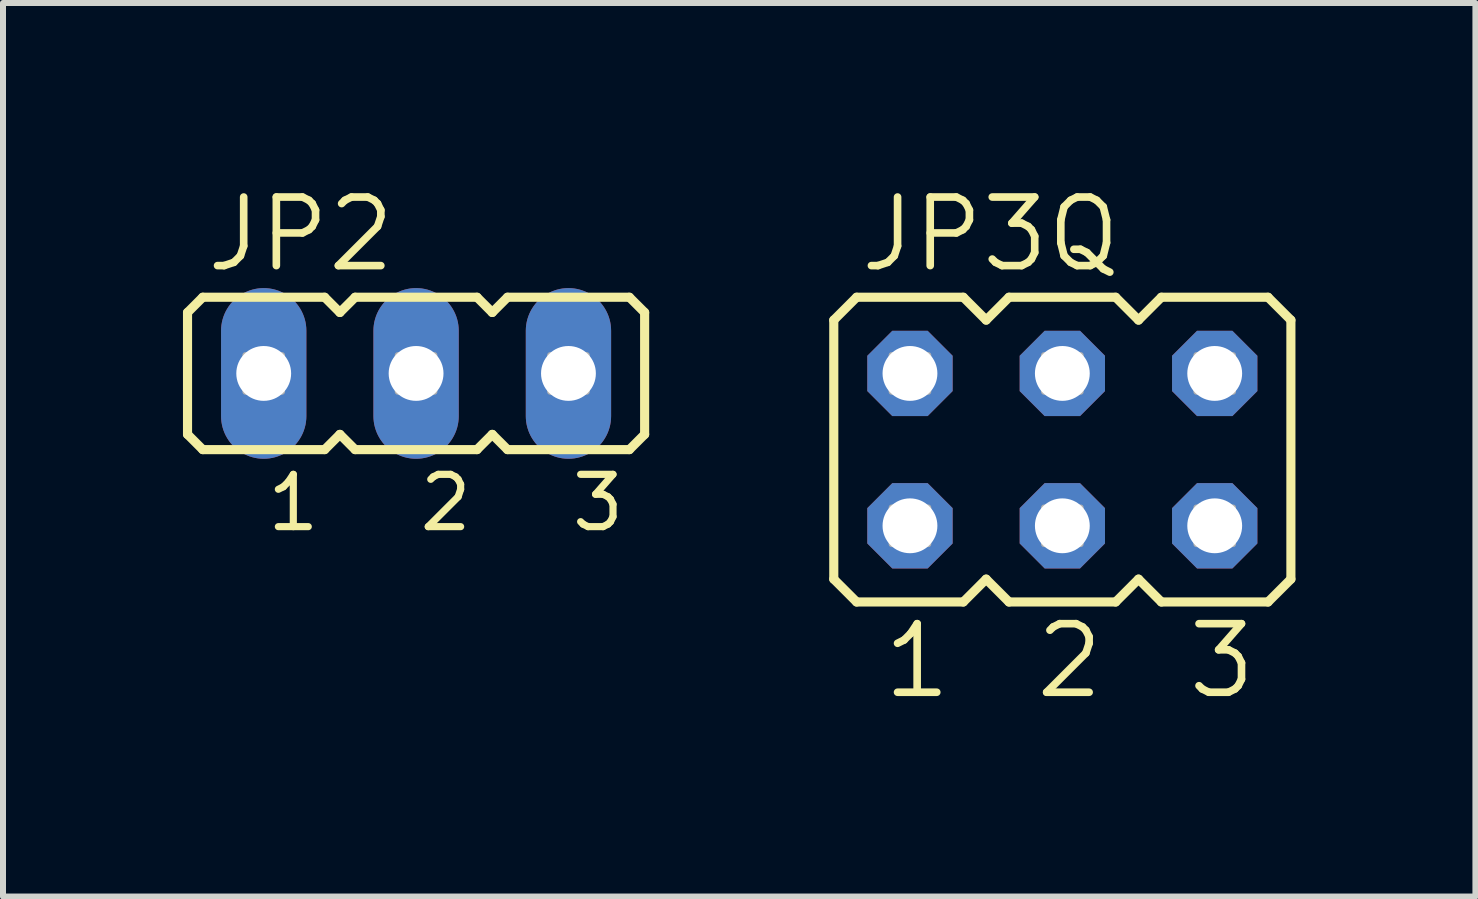
<source format=kicad_pcb>
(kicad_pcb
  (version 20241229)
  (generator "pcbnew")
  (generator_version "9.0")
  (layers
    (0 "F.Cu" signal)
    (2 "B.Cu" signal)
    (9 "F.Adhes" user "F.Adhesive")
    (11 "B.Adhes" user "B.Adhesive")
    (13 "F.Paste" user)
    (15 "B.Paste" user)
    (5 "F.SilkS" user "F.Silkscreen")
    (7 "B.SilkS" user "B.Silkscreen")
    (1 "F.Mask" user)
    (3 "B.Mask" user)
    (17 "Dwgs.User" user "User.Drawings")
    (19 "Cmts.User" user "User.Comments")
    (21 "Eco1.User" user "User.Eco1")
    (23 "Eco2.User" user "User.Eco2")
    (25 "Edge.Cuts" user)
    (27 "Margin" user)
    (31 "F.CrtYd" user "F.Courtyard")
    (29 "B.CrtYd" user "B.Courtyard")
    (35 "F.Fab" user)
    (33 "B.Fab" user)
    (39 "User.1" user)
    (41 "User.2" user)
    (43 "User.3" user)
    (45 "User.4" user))
  (footprint "JP3Q"
    (layer "F.Cu")
    (at 14.659 4.445)
    (property "Reference" "JP3Q" (at -3.429 -2.921 0) (layer "F.SilkS") (effects (font (size 1.143 1.143) (thickness 0.127)) (justify left bottom)))
    (fp_line (start -3.81 -2.159) (end -3.429 -2.54) (stroke (width 0.152) (type solid)) (layer "F.SilkS"))
    (fp_line (start -3.81 2.159) (end -3.81 -2.159) (stroke (width 0.152) (type solid)) (layer "F.SilkS"))
    (fp_line (start -3.81 2.159) (end -3.429 2.54) (stroke (width 0.152) (type solid)) (layer "F.SilkS"))
    (fp_line (start -3.429 -2.54) (end -1.651 -2.54) (stroke (width 0.152) (type solid)) (layer "F.SilkS"))
    (fp_line (start -3.429 2.54) (end -1.651 2.54) (stroke (width 0.152) (type solid)) (layer "F.SilkS"))
    (fp_line (start -1.651 -2.54) (end -1.27 -2.159) (stroke (width 0.152) (type solid)) (layer "F.SilkS"))
    (fp_line (start -1.27 -2.159) (end -0.889 -2.54) (stroke (width 0.152) (type solid)) (layer "F.SilkS"))
    (fp_line (start -1.27 2.159) (end -1.651 2.54) (stroke (width 0.152) (type solid)) (layer "F.SilkS"))
    (fp_line (start -1.27 2.159) (end -0.889 2.54) (stroke (width 0.152) (type solid)) (layer "F.SilkS"))
    (fp_line (start -0.889 -2.54) (end 0.889 -2.54) (stroke (width 0.152) (type solid)) (layer "F.SilkS"))
    (fp_line (start 0.889 2.54) (end -0.889 2.54) (stroke (width 0.152) (type solid)) (layer "F.SilkS"))
    (fp_line (start 1.27 -2.159) (end 0.889 -2.54) (stroke (width 0.152) (type solid)) (layer "F.SilkS"))
    (fp_line (start 1.27 -2.159) (end 1.651 -2.54) (stroke (width 0.152) (type solid)) (layer "F.SilkS"))
    (fp_line (start 1.27 2.159) (end 0.889 2.54) (stroke (width 0.152) (type solid)) (layer "F.SilkS"))
    (fp_line (start 1.27 2.159) (end 1.651 2.54) (stroke (width 0.152) (type solid)) (layer "F.SilkS"))
    (fp_line (start 1.651 -2.54) (end 3.429 -2.54) (stroke (width 0.152) (type solid)) (layer "F.SilkS"))
    (fp_line (start 3.429 2.54) (end 1.651 2.54) (stroke (width 0.152) (type solid)) (layer "F.SilkS"))
    (fp_line (start 3.429 2.54) (end 3.81 2.159) (stroke (width 0.152) (type solid)) (layer "F.SilkS"))
    (fp_line (start 3.81 -2.159) (end 3.429 -2.54) (stroke (width 0.152) (type solid)) (layer "F.SilkS"))
    (fp_line (start 3.81 -2.159) (end 3.81 2.159) (stroke (width 0.152) (type solid)) (layer "F.SilkS"))
    (fp_poly (pts (xy -2.845 -0.965) (xy -2.235 -0.965) (xy -2.235 -1.575) (xy -2.845 -1.575)) (stroke (width 0.1) (type default)) (fill no) (layer "F.Fab"))
    (fp_poly (pts (xy -2.845 1.575) (xy -2.235 1.575) (xy -2.235 0.965) (xy -2.845 0.965)) (stroke (width 0.1) (type default)) (fill no) (layer "F.Fab"))
    (fp_poly (pts (xy -0.305 -0.965) (xy 0.305 -0.965) (xy 0.305 -1.575) (xy -0.305 -1.575)) (stroke (width 0.1) (type default)) (fill no) (layer "F.Fab"))
    (fp_poly (pts (xy -0.305 1.575) (xy 0.305 1.575) (xy 0.305 0.965) (xy -0.305 0.965)) (stroke (width 0.1) (type default)) (fill no) (layer "F.Fab"))
    (fp_poly (pts (xy 2.235 -0.965) (xy 2.845 -0.965) (xy 2.845 -1.575) (xy 2.235 -1.575)) (stroke (width 0.1) (type default)) (fill no) (layer "F.Fab"))
    (fp_poly (pts (xy 2.235 1.575) (xy 2.845 1.575) (xy 2.845 0.965) (xy 2.235 0.965)) (stroke (width 0.1) (type default)) (fill no) (layer "F.Fab"))
    (fp_text user "3" (at 2.032 4.191 0) (layer "F.SilkS") (effects (font (size 1.143 1.143) (thickness 0.127)) (justify left bottom)))
    (fp_text user "1" (at -3.048 4.191 0) (layer "F.SilkS") (effects (font (size 1.143 1.143) (thickness 0.127)) (justify left bottom)))
    (fp_text user "2" (at -0.508 4.191 0) (layer "F.SilkS") (effects (font (size 1.143 1.143) (thickness 0.127)) (justify left bottom)))
    (pad "1" thru_hole roundrect (at -2.54 1.27) (size 1.422 1.422) (drill 0.914) (layers "*.Cu" "*.Mask") (roundrect_rratio 0.25) (chamfer_ratio 0.293) (chamfer top_left top_right bottom_left bottom_right))
    (pad "2" thru_hole roundrect (at -2.54 -1.27) (size 1.422 1.422) (drill 0.914) (layers "*.Cu" "*.Mask") (roundrect_rratio 0.25) (chamfer_ratio 0.293) (chamfer top_left top_right bottom_left bottom_right))
    (pad "3" thru_hole roundrect (at 0 1.27) (size 1.422 1.422) (drill 0.914) (layers "*.Cu" "*.Mask") (roundrect_rratio 0.25) (chamfer_ratio 0.293) (chamfer top_left top_right bottom_left bottom_right))
    (pad "4" thru_hole roundrect (at 0 -1.27) (size 1.422 1.422) (drill 0.914) (layers "*.Cu" "*.Mask") (roundrect_rratio 0.25) (chamfer_ratio 0.293) (chamfer top_left top_right bottom_left bottom_right))
    (pad "5" thru_hole roundrect (at 2.54 1.27) (size 1.422 1.422) (drill 0.914) (layers "*.Cu" "*.Mask") (roundrect_rratio 0.25) (chamfer_ratio 0.293) (chamfer top_left top_right bottom_left bottom_right))
    (pad "6" thru_hole roundrect (at 2.54 -1.27) (size 1.422 1.422) (drill 0.914) (layers "*.Cu" "*.Mask") (roundrect_rratio 0.25) (chamfer_ratio 0.293) (chamfer top_left top_right bottom_left bottom_right)))
  (footprint "JP2"
    (layer "F.Cu")
    (at 3.886 3.175)
    (property "Reference" "JP2" (at -3.556 -1.651 0) (layer "F.SilkS") (effects (font (size 1.143 1.143) (thickness 0.127)) (justify left bottom)))
    (fp_line (start -3.81 -1.016) (end -3.556 -1.27) (stroke (width 0.152) (type solid)) (layer "F.SilkS"))
    (fp_line (start -3.81 1.016) (end -3.81 -1.016) (stroke (width 0.152) (type solid)) (layer "F.SilkS"))
    (fp_line (start -3.81 1.016) (end -3.556 1.27) (stroke (width 0.152) (type solid)) (layer "F.SilkS"))
    (fp_line (start -1.524 -1.27) (end -3.556 -1.27) (stroke (width 0.152) (type solid)) (layer "F.SilkS"))
    (fp_line (start -1.524 -1.27) (end -1.27 -1.016) (stroke (width 0.152) (type solid)) (layer "F.SilkS"))
    (fp_line (start -1.524 1.27) (end -3.556 1.27) (stroke (width 0.152) (type solid)) (layer "F.SilkS"))
    (fp_line (start -1.524 1.27) (end -1.27 1.016) (stroke (width 0.152) (type solid)) (layer "F.SilkS"))
    (fp_line (start -1.27 -1.016) (end -1.016 -1.27) (stroke (width 0.152) (type solid)) (layer "F.SilkS"))
    (fp_line (start -1.27 1.016) (end -1.016 1.27) (stroke (width 0.152) (type solid)) (layer "F.SilkS"))
    (fp_line (start 1.016 -1.27) (end -1.016 -1.27) (stroke (width 0.152) (type solid)) (layer "F.SilkS"))
    (fp_line (start 1.016 -1.27) (end 1.27 -1.016) (stroke (width 0.152) (type solid)) (layer "F.SilkS"))
    (fp_line (start 1.016 1.27) (end -1.016 1.27) (stroke (width 0.152) (type solid)) (layer "F.SilkS"))
    (fp_line (start 1.016 1.27) (end 1.27 1.016) (stroke (width 0.152) (type solid)) (layer "F.SilkS"))
    (fp_line (start 1.27 -1.016) (end 1.524 -1.27) (stroke (width 0.152) (type solid)) (layer "F.SilkS"))
    (fp_line (start 1.27 1.016) (end 1.524 1.27) (stroke (width 0.152) (type solid)) (layer "F.SilkS"))
    (fp_line (start 3.556 -1.27) (end 1.524 -1.27) (stroke (width 0.152) (type solid)) (layer "F.SilkS"))
    (fp_line (start 3.556 -1.27) (end 3.81 -1.016) (stroke (width 0.152) (type solid)) (layer "F.SilkS"))
    (fp_line (start 3.556 1.27) (end 1.524 1.27) (stroke (width 0.152) (type solid)) (layer "F.SilkS"))
    (fp_line (start 3.556 1.27) (end 3.81 1.016) (stroke (width 0.152) (type solid)) (layer "F.SilkS"))
    (fp_line (start 3.81 -1.016) (end 3.81 1.016) (stroke (width 0.152) (type solid)) (layer "F.SilkS"))
    (fp_poly (pts (xy -2.845 0.305) (xy -2.235 0.305) (xy -2.235 -0.305) (xy -2.845 -0.305)) (stroke (width 0.1) (type default)) (fill no) (layer "F.Fab"))
    (fp_poly (pts (xy -0.305 0.305) (xy 0.305 0.305) (xy 0.305 -0.305) (xy -0.305 -0.305)) (stroke (width 0.1) (type default)) (fill no) (layer "F.Fab"))
    (fp_poly (pts (xy 2.235 0.305) (xy 2.845 0.305) (xy 2.845 -0.305) (xy 2.235 -0.305)) (stroke (width 0.1) (type default)) (fill no) (layer "F.Fab"))
    (fp_text user "2" (at 0 2.667 0) (layer "F.SilkS") (effects (font (size 0.872 0.872) (thickness 0.119)) (justify left bottom)))
    (fp_text user "3" (at 2.54 2.667 0) (layer "F.SilkS") (effects (font (size 0.872 0.872) (thickness 0.119)) (justify left bottom)))
    (fp_text user "1" (at -2.54 2.667 0) (layer "F.SilkS") (effects (font (size 0.872 0.872) (thickness 0.119)) (justify left bottom)))
    (pad "1" thru_hole oval (at -2.54 0 90) (size 2.845 1.422) (drill 0.914) (layers "*.Cu" "*.Mask"))
    (pad "2" thru_hole oval (at 0 0 90) (size 2.845 1.422) (drill 0.914) (layers "*.Cu" "*.Mask"))
    (pad "3" thru_hole oval (at 2.54 0 90) (size 2.845 1.422) (drill 0.914) (layers "*.Cu" "*.Mask")))
  (gr_rect
    (start -3 -3)
    (end 21.545 11.895)
    (stroke (width 0.1) (type default))
    (fill no)
    (layer "Edge.Cuts")))
</source>
